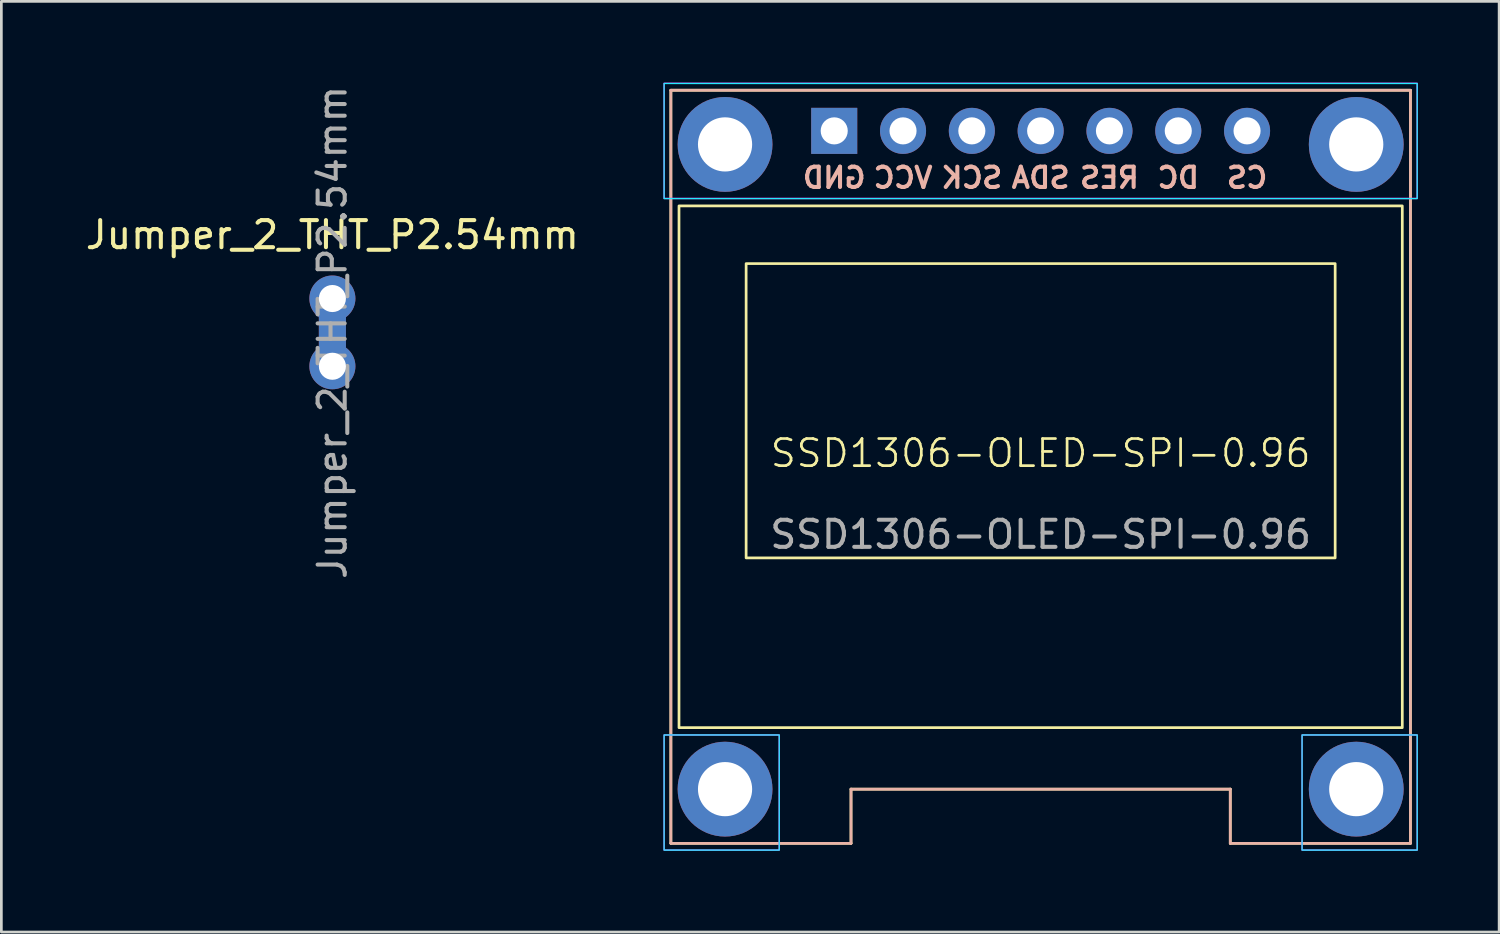
<source format=kicad_pcb>
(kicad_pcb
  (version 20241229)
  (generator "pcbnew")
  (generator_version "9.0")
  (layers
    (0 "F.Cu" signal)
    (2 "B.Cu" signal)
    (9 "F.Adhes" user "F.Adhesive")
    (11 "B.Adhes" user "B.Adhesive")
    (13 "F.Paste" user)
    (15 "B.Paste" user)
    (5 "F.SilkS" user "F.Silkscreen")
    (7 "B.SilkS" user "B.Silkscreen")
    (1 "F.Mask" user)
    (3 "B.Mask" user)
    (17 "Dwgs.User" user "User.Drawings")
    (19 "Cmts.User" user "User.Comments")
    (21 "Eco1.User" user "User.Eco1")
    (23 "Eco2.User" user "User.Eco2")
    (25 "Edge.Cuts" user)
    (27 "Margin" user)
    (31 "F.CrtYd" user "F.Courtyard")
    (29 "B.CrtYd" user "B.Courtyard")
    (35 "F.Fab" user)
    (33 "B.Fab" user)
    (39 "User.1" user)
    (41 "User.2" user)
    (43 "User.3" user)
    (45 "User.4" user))
  (footprint "SSD1306-OLED-SPI-0.96"
    (layer "F.Cu")
    (at 35.365 14.181)
    (property "Reference" "SSD1306-OLED-SPI-0.96" (at 0 -0.5 0) (unlocked yes) (layer "F.SilkS") (effects (font (size 1 1) (thickness 0.1))))
    (attr through_hole)
    (fp_line (start -13.65 -13.9) (end -13.65 13.9) (stroke (width 0.1) (type default)) (layer "F.SilkS"))
    (fp_line (start -13.65 -13.9) (end 13.65 -13.9) (stroke (width 0.1) (type default)) (layer "F.SilkS"))
    (fp_line (start -13.65 13.9) (end -7 13.9) (stroke (width 0.1) (type default)) (layer "F.SilkS"))
    (fp_line (start -7 11.9) (end 7 11.9) (stroke (width 0.1) (type default)) (layer "F.SilkS"))
    (fp_line (start -7 13.9) (end -7 11.9) (stroke (width 0.1) (type default)) (layer "F.SilkS"))
    (fp_line (start 7 11.9) (end 7 13.9) (stroke (width 0.1) (type default)) (layer "F.SilkS"))
    (fp_line (start 7 13.9) (end 13.65 13.9) (stroke (width 0.1) (type default)) (layer "F.SilkS"))
    (fp_line (start 13.65 -13.9) (end 13.65 13.9) (stroke (width 0.1) (type default)) (layer "F.SilkS"))
    (fp_rect (start -13.35 -9.63) (end 13.35 9.63) (stroke (width 0.1) (type default)) (fill no) (layer "F.SilkS"))
    (fp_rect (start -10.872 -7.5) (end 10.872 3.364) (stroke (width 0.1) (type solid)) (fill no) (layer "F.SilkS"))
    (fp_line (start -13.65 -13.9) (end -13.65 13.9) (stroke (width 0.1) (type default)) (layer "B.SilkS"))
    (fp_line (start -13.65 -13.9) (end 13.65 -13.9) (stroke (width 0.1) (type default)) (layer "B.SilkS"))
    (fp_line (start -13.65 13.9) (end -7 13.9) (stroke (width 0.1) (type default)) (layer "B.SilkS"))
    (fp_line (start -7 11.9) (end 7 11.9) (stroke (width 0.1) (type default)) (layer "B.SilkS"))
    (fp_line (start -7 13.9) (end -7 11.9) (stroke (width 0.1) (type default)) (layer "B.SilkS"))
    (fp_line (start 7 11.9) (end 7 13.9) (stroke (width 0.1) (type default)) (layer "B.SilkS"))
    (fp_line (start 7 13.9) (end 13.65 13.9) (stroke (width 0.1) (type default)) (layer "B.SilkS"))
    (fp_line (start 13.65 -13.9) (end 13.65 13.9) (stroke (width 0.1) (type default)) (layer "B.SilkS"))
    (fp_rect (start -13.9 -14.15) (end 13.9 -9.9) (stroke (width 0.05) (type default)) (fill no) (layer "B.CrtYd"))
    (fp_rect (start -13.9 9.9) (end -9.65 14.15) (stroke (width 0.05) (type default)) (fill no) (layer "B.CrtYd"))
    (fp_rect (start 9.65 9.9) (end 13.9 14.15) (stroke (width 0.05) (type default)) (fill no) (layer "B.CrtYd"))
    (fp_rect (start -13.9 -14.156) (end 13.9 -9.906) (stroke (width 0.05) (type default)) (fill no) (layer "F.CrtYd"))
    (fp_rect (start -13.9 9.9) (end -9.65 14.15) (stroke (width 0.05) (type default)) (fill no) (layer "F.CrtYd"))
    (fp_rect (start 9.65 9.9) (end 13.9 14.15) (stroke (width 0.05) (type default)) (fill no) (layer "F.CrtYd"))
    (fp_text user "CS" (at 7.62 -10.668 0) (unlocked yes) (layer "B.SilkS") (effects (font (size 0.75 0.75) (thickness 0.15) (bold yes)) (justify mirror)))
    (fp_text user "DC" (at 5.08 -10.668 0) (unlocked yes) (layer "B.SilkS") (effects (font (size 0.75 0.75) (thickness 0.15) (bold yes)) (justify mirror)))
    (fp_text user "RES" (at 2.54 -10.668 0) (unlocked yes) (layer "B.SilkS") (effects (font (size 0.75 0.75) (thickness 0.15) (bold yes)) (justify mirror)))
    (fp_text user "SCK" (at -2.54 -10.668 0) (unlocked yes) (layer "B.SilkS") (effects (font (size 0.75 0.75) (thickness 0.15) (bold yes)) (justify mirror)))
    (fp_text user "SDA" (at 0 -10.668 0) (unlocked yes) (layer "B.SilkS") (effects (font (size 0.75 0.75) (thickness 0.15) (bold yes)) (justify mirror)))
    (fp_text user "VCC" (at -5.08 -10.668 0) (unlocked yes) (layer "B.SilkS") (effects (font (size 0.75 0.75) (thickness 0.15) (bold yes)) (justify mirror)))
    (fp_text user "GND" (at -7.62 -10.668 0) (unlocked yes) (layer "B.SilkS") (effects (font (size 0.75 0.75) (thickness 0.15) (bold yes)) (justify mirror)))
    (fp_text user "${REFERENCE}" (at 0 2.5 0) (unlocked yes) (layer "F.Fab") (effects (font (size 1 1) (thickness 0.15))))
    (pad "" thru_hole circle (at -11.65 -11.9) (size 3.5 3.5) (drill 2) (layers "*.Cu" "*.Mask"))
    (pad "" thru_hole circle (at -11.65 11.9) (size 3.5 3.5) (drill 2) (layers "*.Cu" "*.Mask"))
    (pad "" thru_hole circle (at 11.65 -11.9) (size 3.5 3.5) (drill 2) (layers "*.Cu" "*.Mask"))
    (pad "" thru_hole circle (at 11.65 11.9) (size 3.5 3.5) (drill 2) (layers "*.Cu" "*.Mask"))
    (pad "1" thru_hole rect (at -7.62 -12.4 90) (size 1.7 1.7) (drill 1) (layers "*.Cu" "*.Mask"))
    (pad "2" thru_hole oval (at -5.08 -12.4 90) (size 1.7 1.7) (drill 1) (layers "*.Cu" "*.Mask"))
    (pad "3" thru_hole oval (at -2.54 -12.4 90) (size 1.7 1.7) (drill 1) (layers "*.Cu" "*.Mask"))
    (pad "4" thru_hole oval (at 0 -12.4 90) (size 1.7 1.7) (drill 1) (layers "*.Cu" "*.Mask"))
    (pad "5" thru_hole oval (at 2.54 -12.4 90) (size 1.7 1.7) (drill 1) (layers "*.Cu" "*.Mask"))
    (pad "6" thru_hole oval (at 5.08 -12.4 90) (size 1.7 1.7) (drill 1) (layers "*.Cu" "*.Mask"))
    (pad "7" thru_hole oval (at 7.62 -12.4 90) (size 1.7 1.7) (drill 1) (layers "*.Cu" "*.Mask")))
  (footprint "Jumper_2_THT_P2.54mm"
    (layer "F.Cu")
    (at 9.22 9.22)
    (property "Reference" "Jumper_2_THT_P2.54mm" (at 0 -3.6 0) (layer "F.SilkS") (effects (font (size 1 1) (thickness 0.15))))
    (attr through_hole)
    (fp_rect (start -0.5 -0.575) (end 0.5 0.575) (stroke (width 0) (type solid)) (fill yes) (layer "F.Cu"))
    (fp_rect (start 0.5 -0.575) (end -0.5 0.575) (stroke (width 0) (type solid)) (fill yes) (layer "B.Cu"))
    (fp_text user "${REFERENCE}" (at 0 0 90) (layer "F.Fab") (effects (font (size 1 1) (thickness 0.15))))
    (pad "1" thru_hole oval (at 0 -1.25 90) (size 1.7 1.7) (drill 1) (layers "*.Cu" "*.Mask"))
    (pad "2" thru_hole oval (at 0 1.25) (size 1.7 1.7) (drill 1) (layers "*.Cu" "*.Mask")))
  (gr_rect
    (start -3 -3)
    (end 52.29 31.356)
    (stroke (width 0.1) (type default))
    (fill no)
    (layer "Edge.Cuts")))
</source>
